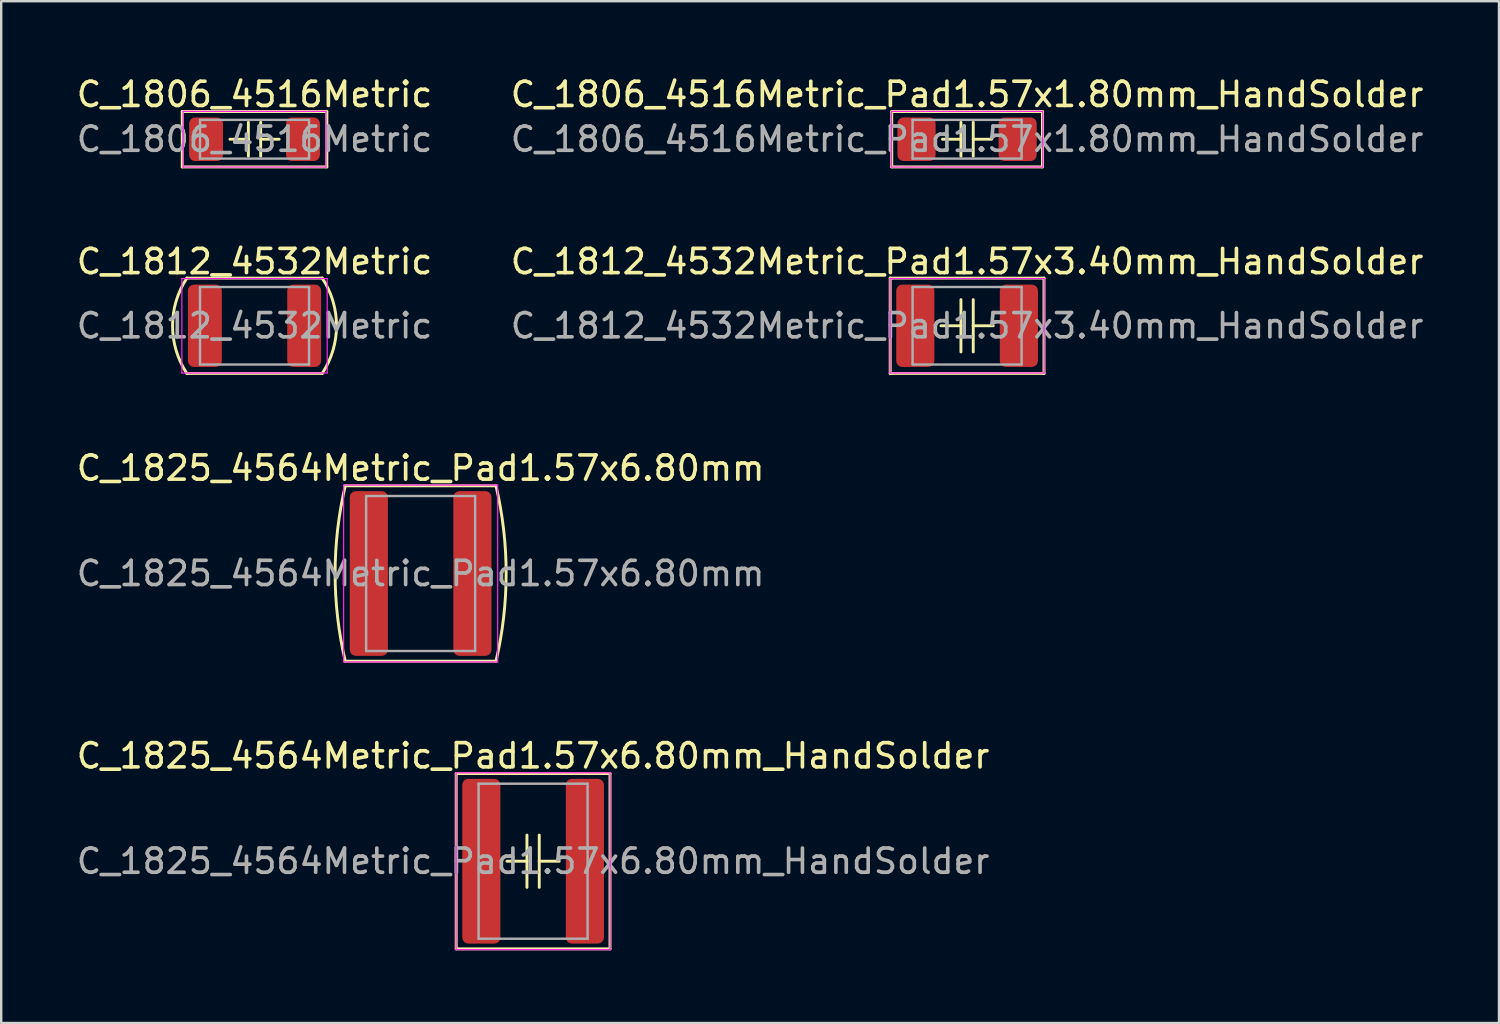
<source format=kicad_pcb>
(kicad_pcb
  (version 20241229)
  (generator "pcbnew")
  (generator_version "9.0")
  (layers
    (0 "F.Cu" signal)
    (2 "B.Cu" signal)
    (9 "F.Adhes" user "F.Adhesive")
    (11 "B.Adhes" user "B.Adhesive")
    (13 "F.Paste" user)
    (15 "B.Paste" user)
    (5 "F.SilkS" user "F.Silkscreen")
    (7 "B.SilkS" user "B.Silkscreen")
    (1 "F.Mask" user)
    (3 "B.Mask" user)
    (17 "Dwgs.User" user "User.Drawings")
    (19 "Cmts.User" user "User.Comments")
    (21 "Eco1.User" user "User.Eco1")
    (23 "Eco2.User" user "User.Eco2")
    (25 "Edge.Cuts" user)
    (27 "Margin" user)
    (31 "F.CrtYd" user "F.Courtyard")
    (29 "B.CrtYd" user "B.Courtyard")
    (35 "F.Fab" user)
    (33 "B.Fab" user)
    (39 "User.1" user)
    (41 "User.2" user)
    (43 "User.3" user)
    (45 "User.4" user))
  (footprint "C_1812_4532Metric"
    (layer "F.Cu")
    (at 7.458 10.399)
    (property "Reference" "C_1812_4532Metric" (at 0 -2.65 0) (layer "F.SilkS") (effects (font (size 1 1) (thickness 0.15))))
    (attr smd)
    (fp_line (start -2.794 1.968) (end 2.794 1.968) (stroke (width 0.12) (type solid)) (layer "F.SilkS"))
    (fp_line (start 2.794 -1.968) (end -2.794 -1.968) (stroke (width 0.12) (type solid)) (layer "F.SilkS"))
    (fp_arc (start -2.794001 1.968499) (mid -3.384725 -0.000001) (end -2.794 -1.9685) (stroke (width 0.12) (type solid)) (layer "F.SilkS"))
    (fp_arc (start 2.794001 -1.968499) (mid 3.384725 0.000001) (end 2.794 1.9685) (stroke (width 0.12) (type solid)) (layer "F.SilkS"))
    (fp_line (start -3 -1.95) (end 3 -1.95) (stroke (width 0.05) (type solid)) (layer "F.CrtYd"))
    (fp_line (start -3 1.95) (end -3 -1.95) (stroke (width 0.05) (type solid)) (layer "F.CrtYd"))
    (fp_line (start 3 -1.95) (end 3 1.95) (stroke (width 0.05) (type solid)) (layer "F.CrtYd"))
    (fp_line (start 3 1.95) (end -3 1.95) (stroke (width 0.05) (type solid)) (layer "F.CrtYd"))
    (fp_line (start -2.25 -1.6) (end 2.25 -1.6) (stroke (width 0.1) (type solid)) (layer "F.Fab"))
    (fp_line (start -2.25 1.6) (end -2.25 -1.6) (stroke (width 0.1) (type solid)) (layer "F.Fab"))
    (fp_line (start 2.25 -1.6) (end 2.25 1.6) (stroke (width 0.1) (type solid)) (layer "F.Fab"))
    (fp_line (start 2.25 1.6) (end -2.25 1.6) (stroke (width 0.1) (type solid)) (layer "F.Fab"))
    (fp_text user "${REFERENCE}" (at 0 0 0) (layer "F.Fab") (effects (font (size 1 1) (thickness 0.15))))
    (pad "1" smd roundrect (at -2.05 0) (size 1.4 3.4) (layers "F.Cu" "F.Mask" "F.Paste") (roundrect_rratio 0.179))
    (pad "2" smd roundrect (at 2.05 0) (size 1.4 3.4) (layers "F.Cu" "F.Mask" "F.Paste") (roundrect_rratio 0.179)))
  (footprint "C_1806_4516Metric"
    (layer "F.Cu")
    (at 7.458 2.698)
    (property "Reference" "C_1806_4516Metric" (at 0 -1.85 0) (layer "F.SilkS") (effects (font (size 1 1) (thickness 0.15))))
    (attr smd)
    (fp_line (start -2.985 -1.143) (end -2.985 1.143) (stroke (width 0.12) (type solid)) (layer "F.SilkS"))
    (fp_line (start -2.985 1.143) (end 2.985 1.143) (stroke (width 0.12) (type solid)) (layer "F.SilkS"))
    (fp_line (start -1.016 0) (end -0.254 0) (stroke (width 0.12) (type solid)) (layer "F.SilkS"))
    (fp_line (start -0.254 -0.699) (end -0.254 0.699) (stroke (width 0.12) (type solid)) (layer "F.SilkS"))
    (fp_line (start 0.254 -0.699) (end 0.254 0.699) (stroke (width 0.12) (type solid)) (layer "F.SilkS"))
    (fp_line (start 0.254 0) (end 1.016 0) (stroke (width 0.12) (type solid)) (layer "F.SilkS"))
    (fp_line (start 2.985 -1.143) (end -2.985 -1.143) (stroke (width 0.12) (type solid)) (layer "F.SilkS"))
    (fp_line (start 2.985 1.143) (end 2.985 -1.143) (stroke (width 0.12) (type solid)) (layer "F.SilkS"))
    (fp_line (start -2.95 -1.15) (end 2.95 -1.15) (stroke (width 0.05) (type solid)) (layer "F.CrtYd"))
    (fp_line (start -2.95 1.15) (end -2.95 -1.15) (stroke (width 0.05) (type solid)) (layer "F.CrtYd"))
    (fp_line (start 2.95 -1.15) (end 2.95 1.15) (stroke (width 0.05) (type solid)) (layer "F.CrtYd"))
    (fp_line (start 2.95 1.15) (end -2.95 1.15) (stroke (width 0.05) (type solid)) (layer "F.CrtYd"))
    (fp_line (start -2.25 -0.8) (end 2.25 -0.8) (stroke (width 0.1) (type solid)) (layer "F.Fab"))
    (fp_line (start -2.25 0.8) (end -2.25 -0.8) (stroke (width 0.1) (type solid)) (layer "F.Fab"))
    (fp_line (start 2.25 -0.8) (end 2.25 0.8) (stroke (width 0.1) (type solid)) (layer "F.Fab"))
    (fp_line (start 2.25 0.8) (end -2.25 0.8) (stroke (width 0.1) (type solid)) (layer "F.Fab"))
    (fp_text user "${REFERENCE}" (at 0 0 0) (layer "F.Fab") (effects (font (size 1 1) (thickness 0.15))))
    (pad "1" smd roundrect (at -2 0) (size 1.4 1.8) (layers "F.Cu" "F.Mask" "F.Paste") (roundrect_rratio 0.179))
    (pad "2" smd roundrect (at 2 0) (size 1.4 1.8) (layers "F.Cu" "F.Mask" "F.Paste") (roundrect_rratio 0.179)))
  (footprint "C_1825_4564Metric_Pad1.57x6.80mm_HandSolder"
    (layer "F.Cu")
    (at 18.958 32.504)
    (property "Reference" "C_1825_4564Metric_Pad1.57x6.80mm_HandSolder" (at 0 -4.35 0) (layer "F.SilkS") (effects (font (size 1 1) (thickness 0.15))))
    (attr smd)
    (fp_line (start -3.175 -3.619) (end -3.175 3.619) (stroke (width 0.12) (type solid)) (layer "F.SilkS"))
    (fp_line (start -3.175 3.619) (end 3.175 3.619) (stroke (width 0.12) (type solid)) (layer "F.SilkS"))
    (fp_line (start -0.254 -1.079) (end -0.254 0) (stroke (width 0.12) (type solid)) (layer "F.SilkS"))
    (fp_line (start -0.254 0) (end -1.079 0) (stroke (width 0.12) (type solid)) (layer "F.SilkS"))
    (fp_line (start -0.254 0) (end -0.254 1.079) (stroke (width 0.12) (type solid)) (layer "F.SilkS"))
    (fp_line (start 0.254 -1.079) (end 0.254 0) (stroke (width 0.12) (type solid)) (layer "F.SilkS"))
    (fp_line (start 0.254 0) (end 0.254 1.079) (stroke (width 0.12) (type solid)) (layer "F.SilkS"))
    (fp_line (start 0.254 0) (end 1.079 0) (stroke (width 0.12) (type solid)) (layer "F.SilkS"))
    (fp_line (start 3.175 -3.619) (end -3.175 -3.619) (stroke (width 0.12) (type solid)) (layer "F.SilkS"))
    (fp_line (start 3.175 3.619) (end 3.175 -3.619) (stroke (width 0.12) (type solid)) (layer "F.SilkS"))
    (fp_line (start -3.18 -3.65) (end 3.18 -3.65) (stroke (width 0.05) (type solid)) (layer "F.CrtYd"))
    (fp_line (start -3.18 3.65) (end -3.18 -3.65) (stroke (width 0.05) (type solid)) (layer "F.CrtYd"))
    (fp_line (start 3.18 -3.65) (end 3.18 3.65) (stroke (width 0.05) (type solid)) (layer "F.CrtYd"))
    (fp_line (start 3.18 3.65) (end -3.18 3.65) (stroke (width 0.05) (type solid)) (layer "F.CrtYd"))
    (fp_line (start -2.25 -3.2) (end 2.25 -3.2) (stroke (width 0.1) (type solid)) (layer "F.Fab"))
    (fp_line (start -2.25 3.2) (end -2.25 -3.2) (stroke (width 0.1) (type solid)) (layer "F.Fab"))
    (fp_line (start 2.25 -3.2) (end 2.25 3.2) (stroke (width 0.1) (type solid)) (layer "F.Fab"))
    (fp_line (start 2.25 3.2) (end -2.25 3.2) (stroke (width 0.1) (type solid)) (layer "F.Fab"))
    (fp_text user "${REFERENCE}" (at 0 0 0) (layer "F.Fab") (effects (font (size 1 1) (thickness 0.15))))
    (pad "1" smd roundrect (at -2.138 0) (size 1.575 6.8) (layers "F.Cu" "F.Mask" "F.Paste") (roundrect_rratio 0.159))
    (pad "2" smd roundrect (at 2.138 0) (size 1.575 6.8) (layers "F.Cu" "F.Mask" "F.Paste") (roundrect_rratio 0.159)))
  (footprint "C_1806_4516Metric_Pad1.57x1.80mm_HandSolder"
    (layer "F.Cu")
    (at 36.875 2.698)
    (property "Reference" "C_1806_4516Metric_Pad1.57x1.80mm_HandSolder" (at 0 -1.85 0) (layer "F.SilkS") (effects (font (size 1 1) (thickness 0.15))))
    (attr smd)
    (fp_line (start -3.111 -1.143) (end -3.111 1.143) (stroke (width 0.12) (type solid)) (layer "F.SilkS"))
    (fp_line (start -3.111 1.143) (end 3.111 1.143) (stroke (width 0.12) (type solid)) (layer "F.SilkS"))
    (fp_line (start -1.016 0) (end -0.254 0) (stroke (width 0.12) (type solid)) (layer "F.SilkS"))
    (fp_line (start -0.254 -0.699) (end -0.254 0.699) (stroke (width 0.12) (type solid)) (layer "F.SilkS"))
    (fp_line (start 0.254 -0.699) (end 0.254 0.699) (stroke (width 0.12) (type solid)) (layer "F.SilkS"))
    (fp_line (start 0.254 0) (end 1.016 0) (stroke (width 0.12) (type solid)) (layer "F.SilkS"))
    (fp_line (start 3.111 -1.143) (end -3.111 -1.143) (stroke (width 0.12) (type solid)) (layer "F.SilkS"))
    (fp_line (start 3.111 1.143) (end 3.111 -1.143) (stroke (width 0.12) (type solid)) (layer "F.SilkS"))
    (fp_line (start -3.12 -1.15) (end 3.12 -1.15) (stroke (width 0.05) (type solid)) (layer "F.CrtYd"))
    (fp_line (start -3.12 1.15) (end -3.12 -1.15) (stroke (width 0.05) (type solid)) (layer "F.CrtYd"))
    (fp_line (start 3.12 -1.15) (end 3.12 1.15) (stroke (width 0.05) (type solid)) (layer "F.CrtYd"))
    (fp_line (start 3.12 1.15) (end -3.12 1.15) (stroke (width 0.05) (type solid)) (layer "F.CrtYd"))
    (fp_line (start -2.25 -0.8) (end 2.25 -0.8) (stroke (width 0.1) (type solid)) (layer "F.Fab"))
    (fp_line (start -2.25 0.8) (end -2.25 -0.8) (stroke (width 0.1) (type solid)) (layer "F.Fab"))
    (fp_line (start 2.25 -0.8) (end 2.25 0.8) (stroke (width 0.1) (type solid)) (layer "F.Fab"))
    (fp_line (start 2.25 0.8) (end -2.25 0.8) (stroke (width 0.1) (type solid)) (layer "F.Fab"))
    (fp_text user "${REFERENCE}" (at 0 0 0) (layer "F.Fab") (effects (font (size 1 1) (thickness 0.15))))
    (pad "1" smd roundrect (at -2.087 0) (size 1.575 1.8) (layers "F.Cu" "F.Mask" "F.Paste") (roundrect_rratio 0.159))
    (pad "2" smd roundrect (at 2.087 0) (size 1.575 1.8) (layers "F.Cu" "F.Mask" "F.Paste") (roundrect_rratio 0.159)))
  (footprint "C_1812_4532Metric_Pad1.57x3.40mm_HandSolder"
    (layer "F.Cu")
    (at 36.875 10.399)
    (property "Reference" "C_1812_4532Metric_Pad1.57x3.40mm_HandSolder" (at 0 -2.65 0) (layer "F.SilkS") (effects (font (size 1 1) (thickness 0.15))))
    (attr smd)
    (fp_line (start -3.175 -1.968) (end -3.175 1.968) (stroke (width 0.12) (type solid)) (layer "F.SilkS"))
    (fp_line (start -3.175 1.968) (end 3.175 1.968) (stroke (width 0.12) (type solid)) (layer "F.SilkS"))
    (fp_line (start -0.254 -1.079) (end -0.254 0) (stroke (width 0.12) (type solid)) (layer "F.SilkS"))
    (fp_line (start -0.254 0) (end -1.079 0) (stroke (width 0.12) (type solid)) (layer "F.SilkS"))
    (fp_line (start -0.254 0) (end -0.254 1.079) (stroke (width 0.12) (type solid)) (layer "F.SilkS"))
    (fp_line (start 0.254 -1.079) (end 0.254 0) (stroke (width 0.12) (type solid)) (layer "F.SilkS"))
    (fp_line (start 0.254 0) (end 0.254 1.079) (stroke (width 0.12) (type solid)) (layer "F.SilkS"))
    (fp_line (start 0.254 0) (end 1.079 0) (stroke (width 0.12) (type solid)) (layer "F.SilkS"))
    (fp_line (start 3.175 -1.968) (end -3.175 -1.968) (stroke (width 0.12) (type solid)) (layer "F.SilkS"))
    (fp_line (start 3.175 1.968) (end 3.175 -1.968) (stroke (width 0.12) (type solid)) (layer "F.SilkS"))
    (fp_line (start -3.18 -1.95) (end 3.18 -1.95) (stroke (width 0.05) (type solid)) (layer "F.CrtYd"))
    (fp_line (start -3.18 1.95) (end -3.18 -1.95) (stroke (width 0.05) (type solid)) (layer "F.CrtYd"))
    (fp_line (start 3.18 -1.95) (end 3.18 1.95) (stroke (width 0.05) (type solid)) (layer "F.CrtYd"))
    (fp_line (start 3.18 1.95) (end -3.18 1.95) (stroke (width 0.05) (type solid)) (layer "F.CrtYd"))
    (fp_line (start -2.25 -1.6) (end 2.25 -1.6) (stroke (width 0.1) (type solid)) (layer "F.Fab"))
    (fp_line (start -2.25 1.6) (end -2.25 -1.6) (stroke (width 0.1) (type solid)) (layer "F.Fab"))
    (fp_line (start 2.25 -1.6) (end 2.25 1.6) (stroke (width 0.1) (type solid)) (layer "F.Fab"))
    (fp_line (start 2.25 1.6) (end -2.25 1.6) (stroke (width 0.1) (type solid)) (layer "F.Fab"))
    (fp_text user "${REFERENCE}" (at 0 0 0) (layer "F.Fab") (effects (font (size 1 1) (thickness 0.15))))
    (pad "1" smd roundrect (at -2.138 0) (size 1.575 3.4) (layers "F.Cu" "F.Mask" "F.Paste") (roundrect_rratio 0.159))
    (pad "2" smd roundrect (at 2.138 0) (size 1.575 3.4) (layers "F.Cu" "F.Mask" "F.Paste") (roundrect_rratio 0.159)))
  (footprint "C_1825_4564Metric_Pad1.57x6.80mm"
    (layer "F.Cu")
    (at 14.315 20.626)
    (property "Reference" "C_1825_4564Metric_Pad1.57x6.80mm" (at 0 -4.35 0) (layer "F.SilkS") (effects (font (size 1 1) (thickness 0.15))))
    (attr smd)
    (fp_line (start -3.111 3.619) (end 3.111 3.619) (stroke (width 0.12) (type solid)) (layer "F.SilkS"))
    (fp_line (start 3.111 -3.619) (end -3.111 -3.619) (stroke (width 0.12) (type solid)) (layer "F.SilkS"))
    (fp_arc (start -3.1115 3.6195) (mid -3.53076 0) (end -3.1115 -3.6195) (stroke (width 0.12) (type solid)) (layer "F.SilkS"))
    (fp_arc (start 3.1115 -3.6195) (mid 3.53076 0) (end 3.1115 3.6195) (stroke (width 0.12) (type solid)) (layer "F.SilkS"))
    (fp_line (start -3.18 -3.65) (end 3.18 -3.65) (stroke (width 0.05) (type solid)) (layer "F.CrtYd"))
    (fp_line (start -3.18 3.65) (end -3.18 -3.65) (stroke (width 0.05) (type solid)) (layer "F.CrtYd"))
    (fp_line (start 3.18 -3.65) (end 3.18 3.65) (stroke (width 0.05) (type solid)) (layer "F.CrtYd"))
    (fp_line (start 3.18 3.65) (end -3.18 3.65) (stroke (width 0.05) (type solid)) (layer "F.CrtYd"))
    (fp_line (start -2.25 -3.2) (end 2.25 -3.2) (stroke (width 0.1) (type solid)) (layer "F.Fab"))
    (fp_line (start -2.25 3.2) (end -2.25 -3.2) (stroke (width 0.1) (type solid)) (layer "F.Fab"))
    (fp_line (start 2.25 -3.2) (end 2.25 3.2) (stroke (width 0.1) (type solid)) (layer "F.Fab"))
    (fp_line (start 2.25 3.2) (end -2.25 3.2) (stroke (width 0.1) (type solid)) (layer "F.Fab"))
    (fp_text user "${REFERENCE}" (at 0 0 0) (layer "F.Fab") (effects (font (size 1 1) (thickness 0.15))))
    (pad "1" smd roundrect (at -2.138 0) (size 1.575 6.8) (layers "F.Cu" "F.Mask" "F.Paste") (roundrect_rratio 0.159))
    (pad "2" smd roundrect (at 2.138 0) (size 1.575 6.8) (layers "F.Cu" "F.Mask" "F.Paste") (roundrect_rratio 0.159)))
  (gr_rect
    (start -3 -3)
    (end 58.833 39.184)
    (stroke (width 0.1) (type default))
    (fill no)
    (layer "Edge.Cuts")))
</source>
